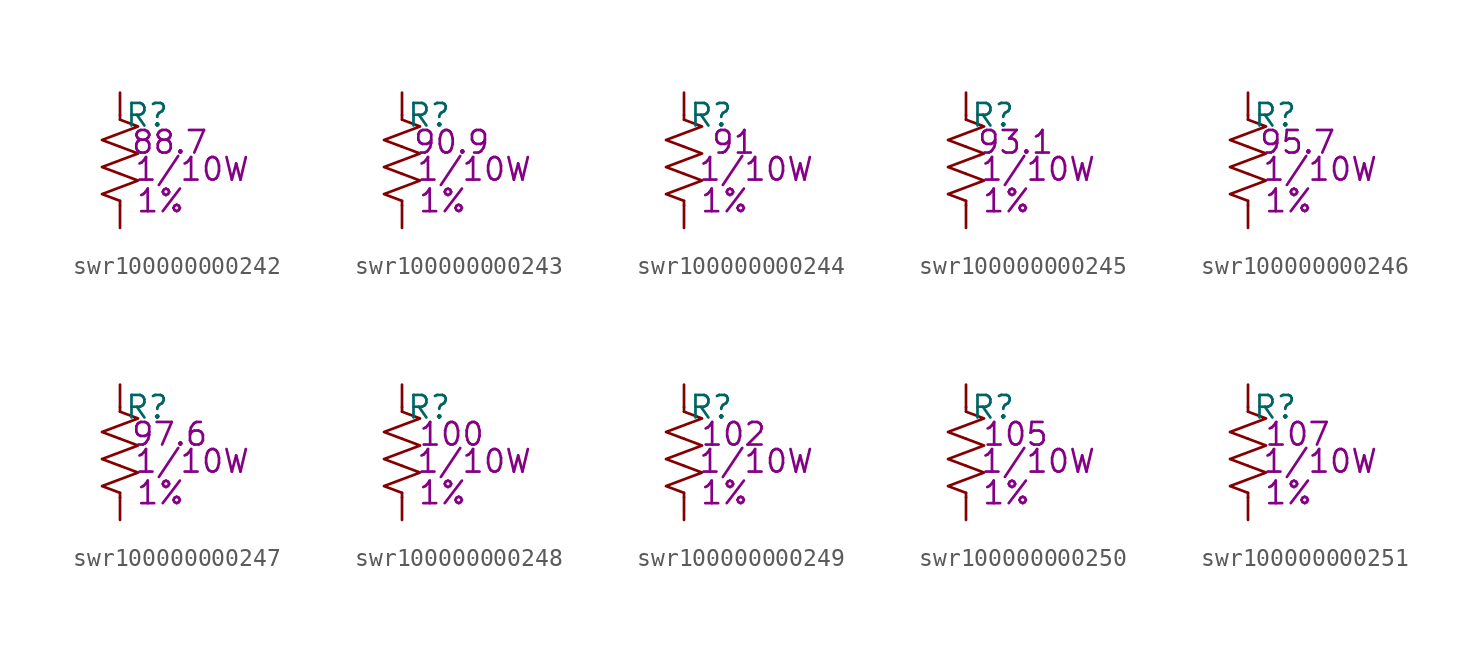
<source format=kicad_sym>
(kicad_symbol_lib
  (version 20211014)
  (generator kicad_symbol_editor)
  (symbol "swr100000000242"
    (pin_numbers hide)
    (pin_names
      (offset 1.016))
    (property "Reference" "R"
      (at 1.524 2.54 0)
      (effects (font (size 1.27 1.27))))
    (property "Tolerance" "1%"
      (at 2.286 -2.286 0)
      (effects (font (size 1.27 1.27))))
    (property "Wattage" "1/10W"
      (at 4.064 -0.508 0)
      (effects (font (size 1.27 1.27))))
    (property "PartValue" "88.7"
      (at 2.794 1.016 0)
      (effects (font (size 1.27 1.27))))
    (symbol "swr100000000242_1_1"
      (polyline (pts (xy 0 -2.286) (xy 0 -2.54)) (stroke (width 0) (type default) (color 0 0 0 0)) (fill (type none)))
      (polyline (pts (xy 0 2.286) (xy 0 2.54)) (stroke (width 0) (type default) (color 0 0 0 0)) (fill (type none)))
      (polyline (pts (xy 0 -0.762) (xy 1.016 -1.143) (xy 0 -1.524) (xy -1.016 -1.905) (xy 0 -2.286)) (stroke (width 0) (type default) (color 0 0 0 0)) (fill (type none)))
      (polyline (pts (xy 0 0.762) (xy 1.016 0.381) (xy 0 0) (xy -1.016 -0.381) (xy 0 -0.762)) (stroke (width 0) (type default) (color 0 0 0 0)) (fill (type none)))
      (polyline (pts (xy 0 2.286) (xy 1.016 1.905) (xy 0 1.524) (xy -1.016 1.143) (xy 0 0.762)) (stroke (width 0) (type default) (color 0 0 0 0)) (fill (type none)))
      (pin passive line (at 0 3.81 270) (length 1.27) (name "~" (effects (font (size 1.27 1.27)))) (number "1" (effects (font (size 1.27 1.27)))))
      (pin passive line (at 0 -3.81 90) (length 1.27) (name "~" (effects (font (size 1.27 1.27)))) (number "2" (effects (font (size 1.27 1.27)))))))
  (symbol "swr100000000243"
    (pin_numbers hide)
    (pin_names
      (offset 1.016))
    (property "Reference" "R"
      (at 1.524 2.54 0)
      (effects (font (size 1.27 1.27))))
    (property "Tolerance" "1%"
      (at 2.286 -2.286 0)
      (effects (font (size 1.27 1.27))))
    (property "Wattage" "1/10W"
      (at 4.064 -0.508 0)
      (effects (font (size 1.27 1.27))))
    (property "PartValue" "90.9"
      (at 2.794 1.016 0)
      (effects (font (size 1.27 1.27))))
    (symbol "swr100000000243_1_1"
      (polyline (pts (xy 0 -2.286) (xy 0 -2.54)) (stroke (width 0) (type default) (color 0 0 0 0)) (fill (type none)))
      (polyline (pts (xy 0 2.286) (xy 0 2.54)) (stroke (width 0) (type default) (color 0 0 0 0)) (fill (type none)))
      (polyline (pts (xy 0 -0.762) (xy 1.016 -1.143) (xy 0 -1.524) (xy -1.016 -1.905) (xy 0 -2.286)) (stroke (width 0) (type default) (color 0 0 0 0)) (fill (type none)))
      (polyline (pts (xy 0 0.762) (xy 1.016 0.381) (xy 0 0) (xy -1.016 -0.381) (xy 0 -0.762)) (stroke (width 0) (type default) (color 0 0 0 0)) (fill (type none)))
      (polyline (pts (xy 0 2.286) (xy 1.016 1.905) (xy 0 1.524) (xy -1.016 1.143) (xy 0 0.762)) (stroke (width 0) (type default) (color 0 0 0 0)) (fill (type none)))
      (pin passive line (at 0 3.81 270) (length 1.27) (name "~" (effects (font (size 1.27 1.27)))) (number "1" (effects (font (size 1.27 1.27)))))
      (pin passive line (at 0 -3.81 90) (length 1.27) (name "~" (effects (font (size 1.27 1.27)))) (number "2" (effects (font (size 1.27 1.27)))))))
  (symbol "swr100000000244"
    (pin_numbers hide)
    (pin_names
      (offset 1.016))
    (property "Reference" "R"
      (at 1.524 2.54 0)
      (effects (font (size 1.27 1.27))))
    (property "Tolerance" "1%"
      (at 2.286 -2.286 0)
      (effects (font (size 1.27 1.27))))
    (property "Wattage" "1/10W"
      (at 4.064 -0.508 0)
      (effects (font (size 1.27 1.27))))
    (property "PartValue" "91"
      (at 2.794 1.016 0)
      (effects (font (size 1.27 1.27))))
    (symbol "swr100000000244_1_1"
      (polyline (pts (xy 0 -2.286) (xy 0 -2.54)) (stroke (width 0) (type default) (color 0 0 0 0)) (fill (type none)))
      (polyline (pts (xy 0 2.286) (xy 0 2.54)) (stroke (width 0) (type default) (color 0 0 0 0)) (fill (type none)))
      (polyline (pts (xy 0 -0.762) (xy 1.016 -1.143) (xy 0 -1.524) (xy -1.016 -1.905) (xy 0 -2.286)) (stroke (width 0) (type default) (color 0 0 0 0)) (fill (type none)))
      (polyline (pts (xy 0 0.762) (xy 1.016 0.381) (xy 0 0) (xy -1.016 -0.381) (xy 0 -0.762)) (stroke (width 0) (type default) (color 0 0 0 0)) (fill (type none)))
      (polyline (pts (xy 0 2.286) (xy 1.016 1.905) (xy 0 1.524) (xy -1.016 1.143) (xy 0 0.762)) (stroke (width 0) (type default) (color 0 0 0 0)) (fill (type none)))
      (pin passive line (at 0 3.81 270) (length 1.27) (name "~" (effects (font (size 1.27 1.27)))) (number "1" (effects (font (size 1.27 1.27)))))
      (pin passive line (at 0 -3.81 90) (length 1.27) (name "~" (effects (font (size 1.27 1.27)))) (number "2" (effects (font (size 1.27 1.27)))))))
  (symbol "swr100000000245"
    (pin_numbers hide)
    (pin_names
      (offset 1.016))
    (property "Reference" "R"
      (at 1.524 2.54 0)
      (effects (font (size 1.27 1.27))))
    (property "Tolerance" "1%"
      (at 2.286 -2.286 0)
      (effects (font (size 1.27 1.27))))
    (property "Wattage" "1/10W"
      (at 4.064 -0.508 0)
      (effects (font (size 1.27 1.27))))
    (property "PartValue" "93.1"
      (at 2.794 1.016 0)
      (effects (font (size 1.27 1.27))))
    (symbol "swr100000000245_1_1"
      (polyline (pts (xy 0 -2.286) (xy 0 -2.54)) (stroke (width 0) (type default) (color 0 0 0 0)) (fill (type none)))
      (polyline (pts (xy 0 2.286) (xy 0 2.54)) (stroke (width 0) (type default) (color 0 0 0 0)) (fill (type none)))
      (polyline (pts (xy 0 -0.762) (xy 1.016 -1.143) (xy 0 -1.524) (xy -1.016 -1.905) (xy 0 -2.286)) (stroke (width 0) (type default) (color 0 0 0 0)) (fill (type none)))
      (polyline (pts (xy 0 0.762) (xy 1.016 0.381) (xy 0 0) (xy -1.016 -0.381) (xy 0 -0.762)) (stroke (width 0) (type default) (color 0 0 0 0)) (fill (type none)))
      (polyline (pts (xy 0 2.286) (xy 1.016 1.905) (xy 0 1.524) (xy -1.016 1.143) (xy 0 0.762)) (stroke (width 0) (type default) (color 0 0 0 0)) (fill (type none)))
      (pin passive line (at 0 3.81 270) (length 1.27) (name "~" (effects (font (size 1.27 1.27)))) (number "1" (effects (font (size 1.27 1.27)))))
      (pin passive line (at 0 -3.81 90) (length 1.27) (name "~" (effects (font (size 1.27 1.27)))) (number "2" (effects (font (size 1.27 1.27)))))))
  (symbol "swr100000000246"
    (pin_numbers hide)
    (pin_names
      (offset 1.016))
    (property "Reference" "R"
      (at 1.524 2.54 0)
      (effects (font (size 1.27 1.27))))
    (property "Tolerance" "1%"
      (at 2.286 -2.286 0)
      (effects (font (size 1.27 1.27))))
    (property "Wattage" "1/10W"
      (at 4.064 -0.508 0)
      (effects (font (size 1.27 1.27))))
    (property "PartValue" "95.7"
      (at 2.794 1.016 0)
      (effects (font (size 1.27 1.27))))
    (symbol "swr100000000246_1_1"
      (polyline (pts (xy 0 -2.286) (xy 0 -2.54)) (stroke (width 0) (type default) (color 0 0 0 0)) (fill (type none)))
      (polyline (pts (xy 0 2.286) (xy 0 2.54)) (stroke (width 0) (type default) (color 0 0 0 0)) (fill (type none)))
      (polyline (pts (xy 0 -0.762) (xy 1.016 -1.143) (xy 0 -1.524) (xy -1.016 -1.905) (xy 0 -2.286)) (stroke (width 0) (type default) (color 0 0 0 0)) (fill (type none)))
      (polyline (pts (xy 0 0.762) (xy 1.016 0.381) (xy 0 0) (xy -1.016 -0.381) (xy 0 -0.762)) (stroke (width 0) (type default) (color 0 0 0 0)) (fill (type none)))
      (polyline (pts (xy 0 2.286) (xy 1.016 1.905) (xy 0 1.524) (xy -1.016 1.143) (xy 0 0.762)) (stroke (width 0) (type default) (color 0 0 0 0)) (fill (type none)))
      (pin passive line (at 0 3.81 270) (length 1.27) (name "~" (effects (font (size 1.27 1.27)))) (number "1" (effects (font (size 1.27 1.27)))))
      (pin passive line (at 0 -3.81 90) (length 1.27) (name "~" (effects (font (size 1.27 1.27)))) (number "2" (effects (font (size 1.27 1.27)))))))
  (symbol "swr100000000247"
    (pin_numbers hide)
    (pin_names
      (offset 1.016))
    (property "Reference" "R"
      (at 1.524 2.54 0)
      (effects (font (size 1.27 1.27))))
    (property "Tolerance" "1%"
      (at 2.286 -2.286 0)
      (effects (font (size 1.27 1.27))))
    (property "Wattage" "1/10W"
      (at 4.064 -0.508 0)
      (effects (font (size 1.27 1.27))))
    (property "PartValue" "97.6"
      (at 2.794 1.016 0)
      (effects (font (size 1.27 1.27))))
    (symbol "swr100000000247_1_1"
      (polyline (pts (xy 0 -2.286) (xy 0 -2.54)) (stroke (width 0) (type default) (color 0 0 0 0)) (fill (type none)))
      (polyline (pts (xy 0 2.286) (xy 0 2.54)) (stroke (width 0) (type default) (color 0 0 0 0)) (fill (type none)))
      (polyline (pts (xy 0 -0.762) (xy 1.016 -1.143) (xy 0 -1.524) (xy -1.016 -1.905) (xy 0 -2.286)) (stroke (width 0) (type default) (color 0 0 0 0)) (fill (type none)))
      (polyline (pts (xy 0 0.762) (xy 1.016 0.381) (xy 0 0) (xy -1.016 -0.381) (xy 0 -0.762)) (stroke (width 0) (type default) (color 0 0 0 0)) (fill (type none)))
      (polyline (pts (xy 0 2.286) (xy 1.016 1.905) (xy 0 1.524) (xy -1.016 1.143) (xy 0 0.762)) (stroke (width 0) (type default) (color 0 0 0 0)) (fill (type none)))
      (pin passive line (at 0 3.81 270) (length 1.27) (name "~" (effects (font (size 1.27 1.27)))) (number "1" (effects (font (size 1.27 1.27)))))
      (pin passive line (at 0 -3.81 90) (length 1.27) (name "~" (effects (font (size 1.27 1.27)))) (number "2" (effects (font (size 1.27 1.27)))))))
  (symbol "swr100000000248"
    (pin_numbers hide)
    (pin_names
      (offset 1.016))
    (property "Reference" "R"
      (at 1.524 2.54 0)
      (effects (font (size 1.27 1.27))))
    (property "Tolerance" "1%"
      (at 2.286 -2.286 0)
      (effects (font (size 1.27 1.27))))
    (property "Wattage" "1/10W"
      (at 4.064 -0.508 0)
      (effects (font (size 1.27 1.27))))
    (property "PartValue" "100"
      (at 2.794 1.016 0)
      (effects (font (size 1.27 1.27))))
    (symbol "swr100000000248_1_1"
      (polyline (pts (xy 0 -2.286) (xy 0 -2.54)) (stroke (width 0) (type default) (color 0 0 0 0)) (fill (type none)))
      (polyline (pts (xy 0 2.286) (xy 0 2.54)) (stroke (width 0) (type default) (color 0 0 0 0)) (fill (type none)))
      (polyline (pts (xy 0 -0.762) (xy 1.016 -1.143) (xy 0 -1.524) (xy -1.016 -1.905) (xy 0 -2.286)) (stroke (width 0) (type default) (color 0 0 0 0)) (fill (type none)))
      (polyline (pts (xy 0 0.762) (xy 1.016 0.381) (xy 0 0) (xy -1.016 -0.381) (xy 0 -0.762)) (stroke (width 0) (type default) (color 0 0 0 0)) (fill (type none)))
      (polyline (pts (xy 0 2.286) (xy 1.016 1.905) (xy 0 1.524) (xy -1.016 1.143) (xy 0 0.762)) (stroke (width 0) (type default) (color 0 0 0 0)) (fill (type none)))
      (pin passive line (at 0 3.81 270) (length 1.27) (name "~" (effects (font (size 1.27 1.27)))) (number "1" (effects (font (size 1.27 1.27)))))
      (pin passive line (at 0 -3.81 90) (length 1.27) (name "~" (effects (font (size 1.27 1.27)))) (number "2" (effects (font (size 1.27 1.27)))))))
  (symbol "swr100000000249"
    (pin_numbers hide)
    (pin_names
      (offset 1.016))
    (property "Reference" "R"
      (at 1.524 2.54 0)
      (effects (font (size 1.27 1.27))))
    (property "Tolerance" "1%"
      (at 2.286 -2.286 0)
      (effects (font (size 1.27 1.27))))
    (property "Wattage" "1/10W"
      (at 4.064 -0.508 0)
      (effects (font (size 1.27 1.27))))
    (property "PartValue" "102"
      (at 2.794 1.016 0)
      (effects (font (size 1.27 1.27))))
    (symbol "swr100000000249_1_1"
      (polyline (pts (xy 0 -2.286) (xy 0 -2.54)) (stroke (width 0) (type default) (color 0 0 0 0)) (fill (type none)))
      (polyline (pts (xy 0 2.286) (xy 0 2.54)) (stroke (width 0) (type default) (color 0 0 0 0)) (fill (type none)))
      (polyline (pts (xy 0 -0.762) (xy 1.016 -1.143) (xy 0 -1.524) (xy -1.016 -1.905) (xy 0 -2.286)) (stroke (width 0) (type default) (color 0 0 0 0)) (fill (type none)))
      (polyline (pts (xy 0 0.762) (xy 1.016 0.381) (xy 0 0) (xy -1.016 -0.381) (xy 0 -0.762)) (stroke (width 0) (type default) (color 0 0 0 0)) (fill (type none)))
      (polyline (pts (xy 0 2.286) (xy 1.016 1.905) (xy 0 1.524) (xy -1.016 1.143) (xy 0 0.762)) (stroke (width 0) (type default) (color 0 0 0 0)) (fill (type none)))
      (pin passive line (at 0 3.81 270) (length 1.27) (name "~" (effects (font (size 1.27 1.27)))) (number "1" (effects (font (size 1.27 1.27)))))
      (pin passive line (at 0 -3.81 90) (length 1.27) (name "~" (effects (font (size 1.27 1.27)))) (number "2" (effects (font (size 1.27 1.27)))))))
  (symbol "swr100000000250"
    (pin_numbers hide)
    (pin_names
      (offset 1.016))
    (property "Reference" "R"
      (at 1.524 2.54 0)
      (effects (font (size 1.27 1.27))))
    (property "Tolerance" "1%"
      (at 2.286 -2.286 0)
      (effects (font (size 1.27 1.27))))
    (property "Wattage" "1/10W"
      (at 4.064 -0.508 0)
      (effects (font (size 1.27 1.27))))
    (property "PartValue" "105"
      (at 2.794 1.016 0)
      (effects (font (size 1.27 1.27))))
    (symbol "swr100000000250_1_1"
      (polyline (pts (xy 0 -2.286) (xy 0 -2.54)) (stroke (width 0) (type default) (color 0 0 0 0)) (fill (type none)))
      (polyline (pts (xy 0 2.286) (xy 0 2.54)) (stroke (width 0) (type default) (color 0 0 0 0)) (fill (type none)))
      (polyline (pts (xy 0 -0.762) (xy 1.016 -1.143) (xy 0 -1.524) (xy -1.016 -1.905) (xy 0 -2.286)) (stroke (width 0) (type default) (color 0 0 0 0)) (fill (type none)))
      (polyline (pts (xy 0 0.762) (xy 1.016 0.381) (xy 0 0) (xy -1.016 -0.381) (xy 0 -0.762)) (stroke (width 0) (type default) (color 0 0 0 0)) (fill (type none)))
      (polyline (pts (xy 0 2.286) (xy 1.016 1.905) (xy 0 1.524) (xy -1.016 1.143) (xy 0 0.762)) (stroke (width 0) (type default) (color 0 0 0 0)) (fill (type none)))
      (pin passive line (at 0 3.81 270) (length 1.27) (name "~" (effects (font (size 1.27 1.27)))) (number "1" (effects (font (size 1.27 1.27)))))
      (pin passive line (at 0 -3.81 90) (length 1.27) (name "~" (effects (font (size 1.27 1.27)))) (number "2" (effects (font (size 1.27 1.27)))))))
  (symbol "swr100000000251"
    (pin_numbers hide)
    (pin_names
      (offset 1.016))
    (property "Reference" "R"
      (at 1.524 2.54 0)
      (effects (font (size 1.27 1.27))))
    (property "Tolerance" "1%"
      (at 2.286 -2.286 0)
      (effects (font (size 1.27 1.27))))
    (property "Wattage" "1/10W"
      (at 4.064 -0.508 0)
      (effects (font (size 1.27 1.27))))
    (property "PartValue" "107"
      (at 2.794 1.016 0)
      (effects (font (size 1.27 1.27))))
    (symbol "swr100000000251_1_1"
      (polyline (pts (xy 0 -2.286) (xy 0 -2.54)) (stroke (width 0) (type default) (color 0 0 0 0)) (fill (type none)))
      (polyline (pts (xy 0 2.286) (xy 0 2.54)) (stroke (width 0) (type default) (color 0 0 0 0)) (fill (type none)))
      (polyline (pts (xy 0 -0.762) (xy 1.016 -1.143) (xy 0 -1.524) (xy -1.016 -1.905) (xy 0 -2.286)) (stroke (width 0) (type default) (color 0 0 0 0)) (fill (type none)))
      (polyline (pts (xy 0 0.762) (xy 1.016 0.381) (xy 0 0) (xy -1.016 -0.381) (xy 0 -0.762)) (stroke (width 0) (type default) (color 0 0 0 0)) (fill (type none)))
      (polyline (pts (xy 0 2.286) (xy 1.016 1.905) (xy 0 1.524) (xy -1.016 1.143) (xy 0 0.762)) (stroke (width 0) (type default) (color 0 0 0 0)) (fill (type none)))
      (pin passive line (at 0 3.81 270) (length 1.27) (name "~" (effects (font (size 1.27 1.27)))) (number "1" (effects (font (size 1.27 1.27)))))
      (pin passive line (at 0 -3.81 90) (length 1.27) (name "~" (effects (font (size 1.27 1.27)))) (number "2" (effects (font (size 1.27 1.27))))))))
</source>
